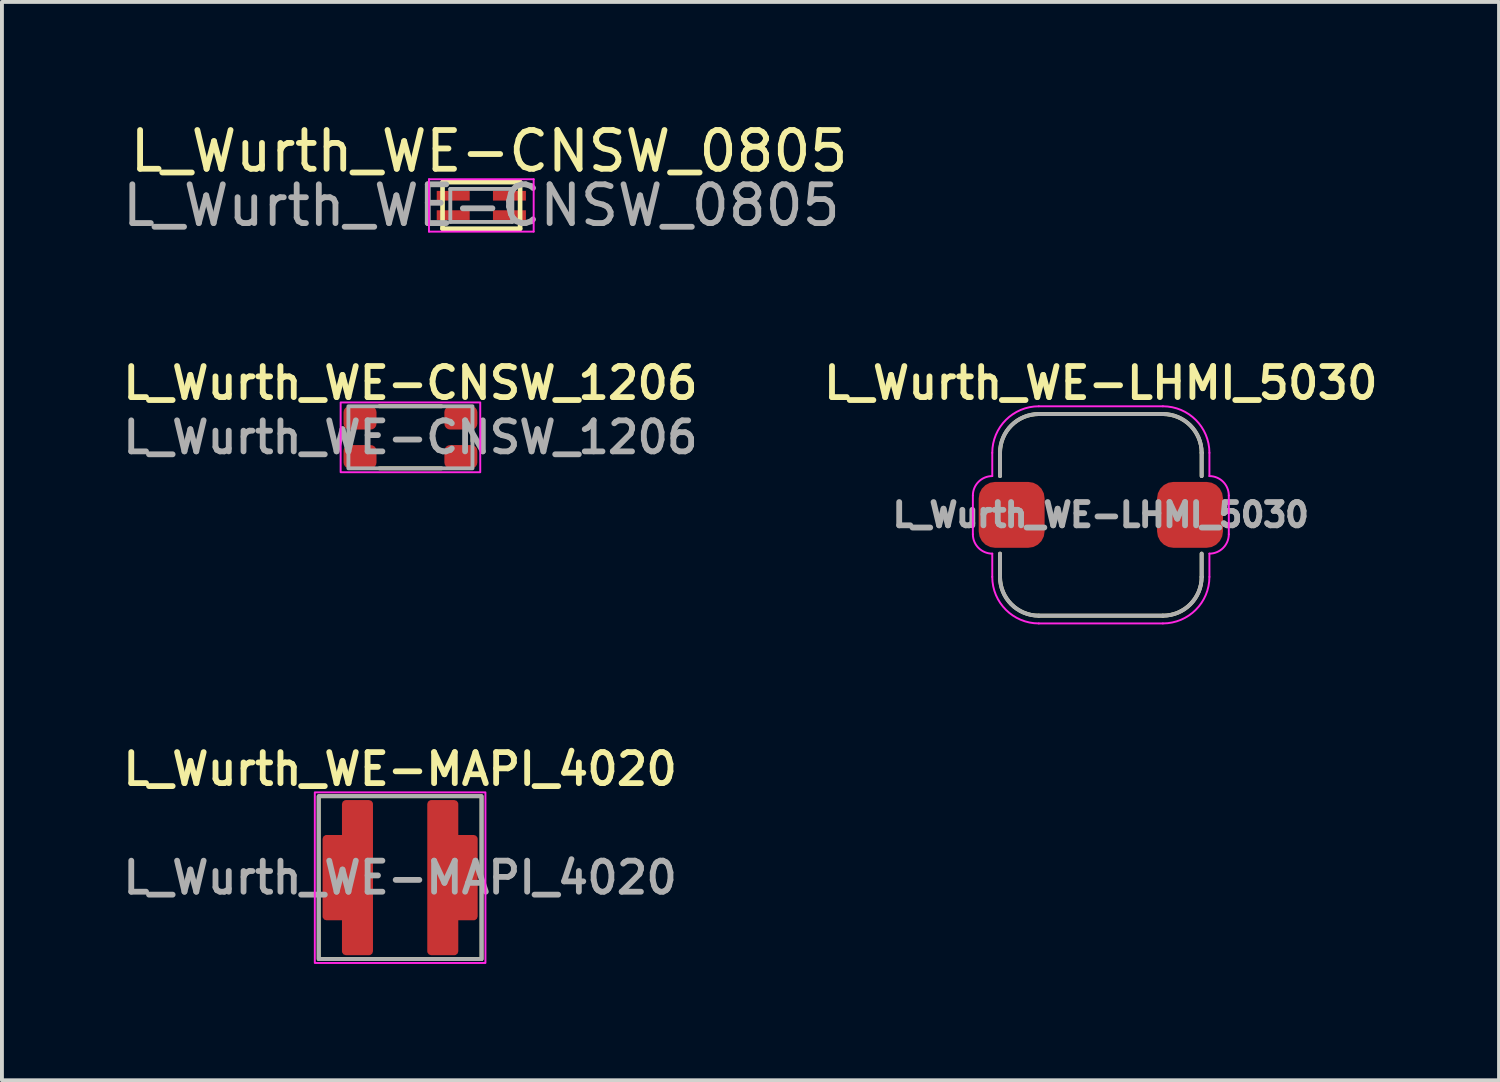
<source format=kicad_pcb>
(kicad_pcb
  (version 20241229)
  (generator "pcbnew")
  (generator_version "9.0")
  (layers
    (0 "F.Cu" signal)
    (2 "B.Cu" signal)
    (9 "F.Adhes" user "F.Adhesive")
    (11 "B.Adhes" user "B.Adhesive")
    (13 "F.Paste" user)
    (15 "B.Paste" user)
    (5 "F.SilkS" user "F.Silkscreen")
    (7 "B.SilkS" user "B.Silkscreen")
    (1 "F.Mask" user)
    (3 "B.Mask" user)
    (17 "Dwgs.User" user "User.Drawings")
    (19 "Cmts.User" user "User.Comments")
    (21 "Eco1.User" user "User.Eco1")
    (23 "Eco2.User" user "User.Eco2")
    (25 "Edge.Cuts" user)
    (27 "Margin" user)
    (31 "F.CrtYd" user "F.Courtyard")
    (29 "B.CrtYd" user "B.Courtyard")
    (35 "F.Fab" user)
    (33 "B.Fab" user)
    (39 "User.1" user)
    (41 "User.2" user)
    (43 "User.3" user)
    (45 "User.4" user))
  (footprint "L_Wurth_WE-MAPI_4020"
    (layer "F.Cu")
    (at 7.269 19.584)
    (property "Reference" "L_Wurth_WE-MAPI_4020" (at 0 -2.8 0) (layer "F.SilkS") (effects (font (size 0.8 0.8) (thickness 0.15))))
    (attr smd)
    (fp_rect (start -2.1 -2.1) (end 2.1 2.1) (stroke (width 0.1) (type default)) (fill no) (layer "F.SilkS"))
    (fp_rect (start -2.2 -2.2) (end 2.2 2.2) (stroke (width 0.05) (type default)) (fill no) (layer "F.CrtYd"))
    (fp_rect (start -2.1 -2.1) (end 2.1 2.1) (stroke (width 0.1) (type default)) (fill no) (layer "F.Fab"))
    (fp_text user "${REFERENCE}" (at 0 0 0) (layer "F.Fab") (effects (font (size 0.8 0.8) (thickness 0.15))))
    (pad "1" smd custom (at -1.3 0) (size 1 1) (layers "F.Cu" "F.Mask" "F.Paste") (options (anchor rect)) (primitives (gr_poly (pts (xy -0.6 -1) (xy -0.6 1) (xy -0.1 1) (xy -0.1 1.9) (xy 0.5 1.9) (xy 0.5 -1.9) (xy -0.1 -1.9) (xy -0.1 -1)) (width 0.2) (fill yes))))
    (pad "2" smd custom (at 1.3 0 180) (size 1 1) (layers "F.Cu" "F.Mask" "F.Paste") (options (anchor rect)) (primitives (gr_poly (pts (xy -0.6 -1) (xy -0.6 1) (xy -0.1 1) (xy -0.1 1.9) (xy 0.5 1.9) (xy 0.5 -1.9) (xy -0.1 -1.9) (xy -0.1 -1)) (width 0.2) (fill yes)))))
  (footprint "L_Wurth_WE-LHMI_5030"
    (layer "F.Cu")
    (at 25.34 10.228)
    (property "Reference" "L_Wurth_WE-LHMI_5030" (at 0 -3.4 180) (layer "F.SilkS") (effects (font (size 0.8 0.8) (thickness 0.15) (bold yes))))
    (attr smd)
    (fp_line (start -2.6 -1.6) (end -2.6 -1) (stroke (width 0.1) (type default)) (layer "F.SilkS"))
    (fp_line (start -2.6 1) (end -2.6 1.6) (stroke (width 0.1) (type default)) (layer "F.SilkS"))
    (fp_line (start -1.6 -2.6) (end 1.6 -2.6) (stroke (width 0.1) (type default)) (layer "F.SilkS"))
    (fp_line (start -1.6 2.6) (end 1.6 2.6) (stroke (width 0.1) (type default)) (layer "F.SilkS"))
    (fp_line (start 2.6 -1.6) (end 2.6 -1) (stroke (width 0.1) (type default)) (layer "F.SilkS"))
    (fp_line (start 2.6 1) (end 2.6 1.6) (stroke (width 0.1) (type default)) (layer "F.SilkS"))
    (fp_arc (start -2.6 -1.6) (mid -2.307107 -2.307107) (end -1.6 -2.6) (stroke (width 0.1) (type default)) (layer "F.SilkS"))
    (fp_arc (start -1.6 2.6) (mid -2.307107 2.307107) (end -2.6 1.6) (stroke (width 0.1) (type default)) (layer "F.SilkS"))
    (fp_arc (start 1.6 -2.6) (mid 2.307107 -2.307107) (end 2.6 -1.6) (stroke (width 0.1) (type default)) (layer "F.SilkS"))
    (fp_arc (start 2.6 1.6) (mid 2.307107 2.307107) (end 1.6 2.6) (stroke (width 0.1) (type default)) (layer "F.SilkS"))
    (fp_line (start -3.3 -0.5) (end -3.3 0.5) (stroke (width 0.05) (type default)) (layer "F.CrtYd"))
    (fp_line (start -2.8 -1.6) (end -2.8 -1) (stroke (width 0.05) (type default)) (layer "F.CrtYd"))
    (fp_line (start -2.8 1) (end -2.8 1.6) (stroke (width 0.05) (type default)) (layer "F.CrtYd"))
    (fp_line (start -1.6 2.8) (end 1.6 2.8) (stroke (width 0.05) (type default)) (layer "F.CrtYd"))
    (fp_line (start 1.6 -2.8) (end -1.6 -2.8) (stroke (width 0.05) (type default)) (layer "F.CrtYd"))
    (fp_line (start 2.8 -1) (end 2.8 -1.6) (stroke (width 0.05) (type default)) (layer "F.CrtYd"))
    (fp_line (start 2.8 1.6) (end 2.8 1) (stroke (width 0.05) (type default)) (layer "F.CrtYd"))
    (fp_line (start 3.3 0.5) (end 3.3 -0.5) (stroke (width 0.05) (type default)) (layer "F.CrtYd"))
    (fp_arc (start -3.3 -0.5) (mid -3.153553 -0.853553) (end -2.8 -1) (stroke (width 0.05) (type default)) (layer "F.CrtYd"))
    (fp_arc (start -2.8 -1.6) (mid -2.448528 -2.448528) (end -1.6 -2.8) (stroke (width 0.05) (type default)) (layer "F.CrtYd"))
    (fp_arc (start -2.8 1) (mid -3.153553 0.853553) (end -3.3 0.5) (stroke (width 0.05) (type default)) (layer "F.CrtYd"))
    (fp_arc (start -1.6 2.8) (mid -2.448528 2.448528) (end -2.8 1.6) (stroke (width 0.05) (type default)) (layer "F.CrtYd"))
    (fp_arc (start 1.6 -2.8) (mid 2.448528 -2.448528) (end 2.8 -1.6) (stroke (width 0.05) (type default)) (layer "F.CrtYd"))
    (fp_arc (start 2.8 -1) (mid 3.153553 -0.853553) (end 3.3 -0.5) (stroke (width 0.05) (type default)) (layer "F.CrtYd"))
    (fp_arc (start 2.8 1.6) (mid 2.448528 2.448528) (end 1.6 2.8) (stroke (width 0.05) (type default)) (layer "F.CrtYd"))
    (fp_arc (start 3.3 0.5) (mid 3.153553 0.853553) (end 2.8 1) (stroke (width 0.05) (type default)) (layer "F.CrtYd"))
    (fp_line (start -2.6 -1.6) (end -2.6 -1) (stroke (width 0.1) (type default)) (layer "F.Fab"))
    (fp_line (start -2.6 1) (end -2.6 1.6) (stroke (width 0.1) (type default)) (layer "F.Fab"))
    (fp_line (start -1.6 -2.6) (end 1.6 -2.6) (stroke (width 0.1) (type default)) (layer "F.Fab"))
    (fp_line (start -1.6 2.6) (end 1.6 2.6) (stroke (width 0.1) (type default)) (layer "F.Fab"))
    (fp_line (start 2.6 -1.6) (end 2.6 -1) (stroke (width 0.1) (type default)) (layer "F.Fab"))
    (fp_line (start 2.6 1) (end 2.6 1.6) (stroke (width 0.1) (type default)) (layer "F.Fab"))
    (fp_arc (start -2.6 -1.6) (mid -2.307107 -2.307106) (end -1.6 -2.6) (stroke (width 0.1) (type default)) (layer "F.Fab"))
    (fp_arc (start -1.6 2.6) (mid -2.307107 2.307107) (end -2.6 1.6) (stroke (width 0.1) (type default)) (layer "F.Fab"))
    (fp_arc (start 1.6 -2.6) (mid 2.307107 -2.307107) (end 2.6 -1.6) (stroke (width 0.1) (type default)) (layer "F.Fab"))
    (fp_arc (start 2.6 1.6) (mid 2.307107 2.307107) (end 1.6 2.6) (stroke (width 0.1) (type default)) (layer "F.Fab"))
    (fp_text user "${REFERENCE}" (at 0 0 180) (layer "F.Fab") (effects (font (size 0.6 0.6) (thickness 0.15))))
    (pad "1" smd roundrect (at -2.3 0) (size 1.7 1.7) (layers "F.Cu" "F.Mask" "F.Paste") (roundrect_rratio 0.25))
    (pad "2" smd roundrect (at 2.3 0) (size 1.7 1.7) (layers "F.Cu" "F.Mask" "F.Paste") (roundrect_rratio 0.25)))
  (footprint "L_Wurth_WE-CNSW_1206"
    (layer "F.Cu")
    (at 7.535 8.228)
    (property "Reference" "L_Wurth_WE-CNSW_1206" (at 0 -1.4 0) (layer "F.SilkS") (effects (font (size 0.8 0.8) (thickness 0.15))))
    (attr smd)
    (fp_line (start -1.6 -0.1) (end -1.6 0.1) (stroke (width 0.1) (type default)) (layer "F.SilkS"))
    (fp_line (start -0.8 -0.8) (end 0.8 -0.8) (stroke (width 0.1) (type default)) (layer "F.SilkS"))
    (fp_line (start -0.8 0.8) (end 0.8 0.8) (stroke (width 0.1) (type default)) (layer "F.SilkS"))
    (fp_line (start 1.6 -0.1) (end 1.6 0.1) (stroke (width 0.1) (type default)) (layer "F.SilkS"))
    (fp_rect (start -1.8 -0.9) (end 1.8 0.9) (stroke (width 0.05) (type default)) (fill no) (layer "F.CrtYd"))
    (fp_rect (start -1.6 -0.8) (end 1.6 0.8) (stroke (width 0.1) (type default)) (fill no) (layer "F.Fab"))
    (fp_text user "${REFERENCE}" (at 0 0 0) (layer "F.Fab") (effects (font (size 0.8 0.8) (thickness 0.15))))
    (pad "1" smd roundrect (at -1.3 -0.5) (size 0.85 0.6) (layers "F.Cu" "F.Mask" "F.Paste") (roundrect_rratio 0.25))
    (pad "2" smd roundrect (at 1.3 -0.5) (size 0.85 0.6) (layers "F.Cu" "F.Mask" "F.Paste") (roundrect_rratio 0.25))
    (pad "3" smd roundrect (at 1.3 0.5) (size 0.85 0.6) (layers "F.Cu" "F.Mask" "F.Paste") (roundrect_rratio 0.25))
    (pad "4" smd roundrect (at -1.3 0.5) (size 0.85 0.6) (layers "F.Cu" "F.Mask" "F.Paste") (roundrect_rratio 0.25)))
  (footprint "L_Wurth_WE-CNSW_0805"
    (layer "F.Cu")
    (at 9.363 2.248)
    (property "Reference" "L_Wurth_WE-CNSW_0805" (at 0.2 -1.4 0) (layer "F.SilkS") (effects (font (size 1 1) (thickness 0.15))))
    (attr smd)
    (fp_line (start -1 -0.6) (end 1 -0.6) (stroke (width 0.12) (type solid)) (layer "F.SilkS"))
    (fp_line (start -1 0.6) (end -1 -0.6) (stroke (width 0.12) (type solid)) (layer "F.SilkS"))
    (fp_line (start -1 0.6) (end 1 0.6) (stroke (width 0.12) (type solid)) (layer "F.SilkS"))
    (fp_line (start 1 -0.6) (end 1 0.6) (stroke (width 0.12) (type solid)) (layer "F.SilkS"))
    (fp_line (start -1.35 -0.675) (end -1.35 0.675) (stroke (width 0.05) (type solid)) (layer "F.CrtYd"))
    (fp_line (start -1.35 0.675) (end 1.35 0.675) (stroke (width 0.05) (type solid)) (layer "F.CrtYd"))
    (fp_line (start 1.35 -0.675) (end -1.35 -0.675) (stroke (width 0.05) (type solid)) (layer "F.CrtYd"))
    (fp_line (start 1.35 0.675) (end 1.35 -0.675) (stroke (width 0.05) (type solid)) (layer "F.CrtYd"))
    (fp_line (start -0.8 -0.425) (end -0.8 0.425) (stroke (width 0.1) (type solid)) (layer "F.Fab"))
    (fp_line (start 0.8 -0.425) (end -0.8 -0.425) (stroke (width 0.1) (type solid)) (layer "F.Fab"))
    (fp_line (start 0.8 0.425) (end -0.8 0.425) (stroke (width 0.1) (type solid)) (layer "F.Fab"))
    (fp_line (start 0.8 0.425) (end 0.8 -0.425) (stroke (width 0.1) (type solid)) (layer "F.Fab"))
    (fp_text user "${REFERENCE}" (at 0 0 0) (layer "F.Fab") (effects (font (size 1 1) (thickness 0.15))))
    (pad "1" smd rect (at -0.725 -0.25) (size 0.85 0.25) (layers "F.Cu" "F.Mask" "F.Paste"))
    (pad "2" smd rect (at 0.725 -0.25) (size 0.85 0.25) (layers "F.Cu" "F.Mask" "F.Paste"))
    (pad "3" smd rect (at 0.725 0.25) (size 0.85 0.25) (layers "F.Cu" "F.Mask" "F.Paste"))
    (pad "4" smd rect (at -0.725 0.25) (size 0.85 0.25) (layers "F.Cu" "F.Mask" "F.Paste")))
  (gr_rect
    (start -3 -3)
    (end 35.609 24.809)
    (stroke (width 0.1) (type default))
    (fill no)
    (layer "Edge.Cuts")))
</source>
